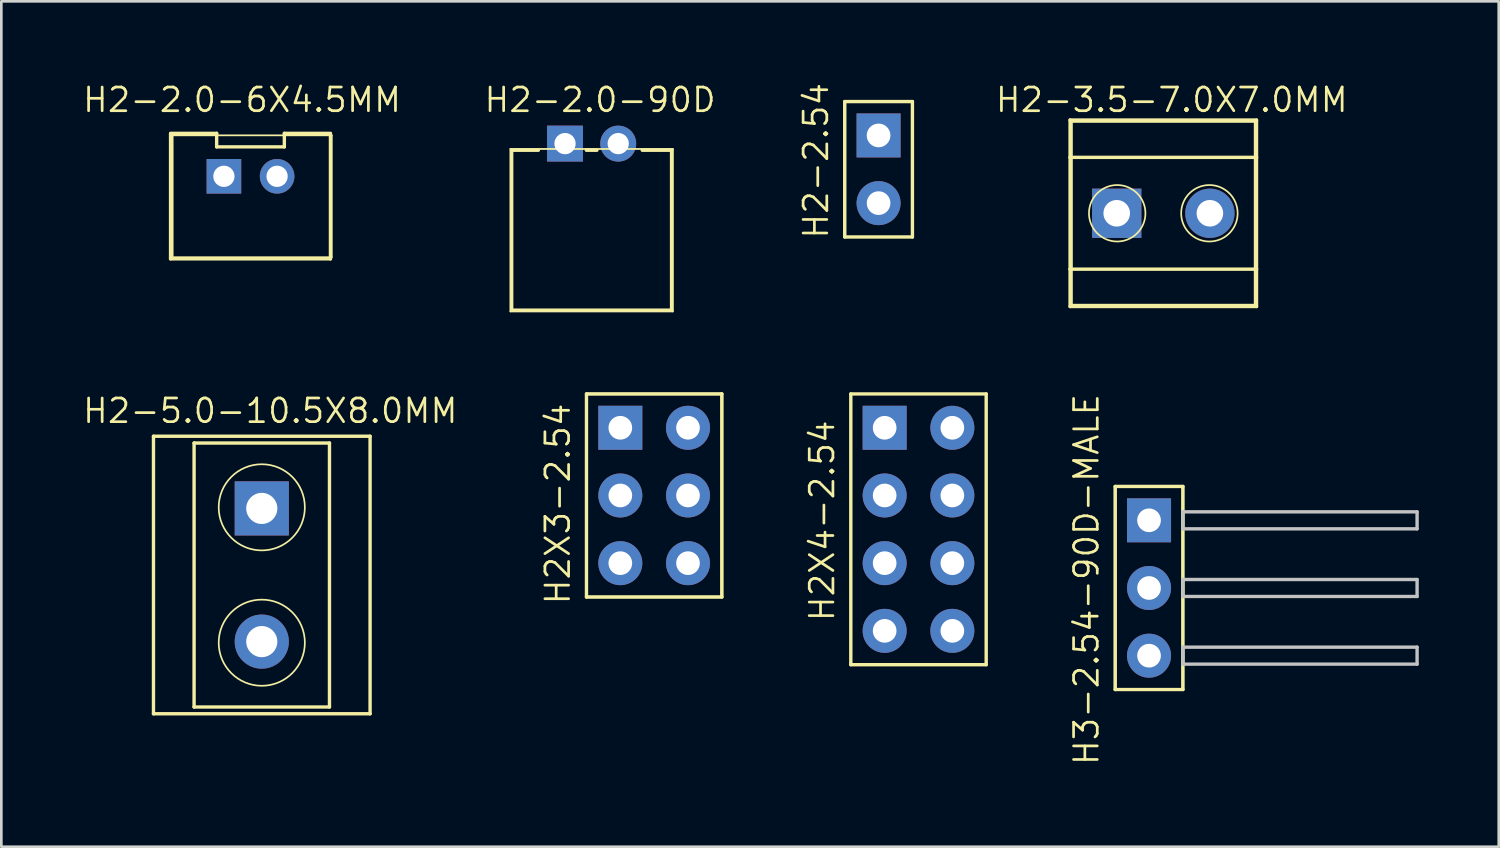
<source format=kicad_pcb>
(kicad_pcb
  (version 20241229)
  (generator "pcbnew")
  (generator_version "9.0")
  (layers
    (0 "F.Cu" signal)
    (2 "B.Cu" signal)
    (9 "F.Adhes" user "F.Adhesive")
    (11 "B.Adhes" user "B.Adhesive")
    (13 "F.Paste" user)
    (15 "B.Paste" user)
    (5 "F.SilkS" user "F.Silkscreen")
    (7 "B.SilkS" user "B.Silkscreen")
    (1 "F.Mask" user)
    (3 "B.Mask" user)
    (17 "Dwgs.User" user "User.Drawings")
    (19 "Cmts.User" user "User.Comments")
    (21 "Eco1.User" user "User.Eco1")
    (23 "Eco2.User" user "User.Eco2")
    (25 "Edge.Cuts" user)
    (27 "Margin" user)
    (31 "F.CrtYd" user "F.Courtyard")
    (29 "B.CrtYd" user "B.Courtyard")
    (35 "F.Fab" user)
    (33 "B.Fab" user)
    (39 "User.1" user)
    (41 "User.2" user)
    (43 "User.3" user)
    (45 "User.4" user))
  (footprint "H2-2.54"
    (layer "F.Cu")
    (at 29.918 3.302)
    (property "Reference" "H2-2.54" (at -2.349 -0.318 90) (layer "F.SilkS") (effects (font (size 0.889 0.889) (thickness 0.102))))
    (attr exclude_from_pos_files exclude_from_bom)
    (fp_line (start -1.27 -2.54) (end 1.27 -2.54) (stroke (width 0.066) (type solid)) (layer "F.SilkS"))
    (fp_line (start -1.27 -2.54) (end 1.27 -2.54) (stroke (width 0.1) (type solid)) (layer "F.SilkS"))
    (fp_line (start -1.27 -2.54) (end 1.27 -2.54) (stroke (width 0.127) (type solid)) (layer "F.SilkS"))
    (fp_line (start -1.27 2.54) (end -1.27 -2.54) (stroke (width 0.066) (type solid)) (layer "F.SilkS"))
    (fp_line (start -1.27 2.54) (end -1.27 -2.54) (stroke (width 0.1) (type solid)) (layer "F.SilkS"))
    (fp_line (start -1.27 2.54) (end -1.27 -2.54) (stroke (width 0.127) (type solid)) (layer "F.SilkS"))
    (fp_line (start -1.27 2.54) (end 1.27 2.54) (stroke (width 0.066) (type solid)) (layer "F.SilkS"))
    (fp_line (start 1.27 -2.54) (end 1.27 2.54) (stroke (width 0.1) (type solid)) (layer "F.SilkS"))
    (fp_line (start 1.27 -2.54) (end 1.27 2.54) (stroke (width 0.127) (type solid)) (layer "F.SilkS"))
    (fp_line (start 1.27 2.54) (end -1.27 2.54) (stroke (width 0.127) (type solid)) (layer "F.SilkS"))
    (fp_line (start 1.27 2.54) (end 1.27 -2.54) (stroke (width 0.066) (type solid)) (layer "F.SilkS"))
    (pad "1" thru_hole rect (at 0 -1.27) (size 1.651 1.651) (drill 0.889) (layers "*.Cu" "*.Paste" "*.Mask"))
    (pad "2" thru_hole circle (at 0 1.27) (size 1.651 1.651) (drill 0.889) (layers "*.Cu" "*.Paste" "*.Mask")))
  (footprint "H2-3.5-7.0X7.0MM"
    (layer "F.Cu")
    (at 40.602 4.953)
    (property "Reference" "H2-3.5-7.0X7.0MM" (at 0.318 -4.255 0) (layer "F.SilkS") (effects (font (size 0.889 0.889) (thickness 0.102))))
    (attr exclude_from_pos_files exclude_from_bom)
    (fp_line (start -3.498 -3.498) (end 3.498 -3.498) (stroke (width 0.127) (type solid)) (layer "F.SilkS"))
    (fp_line (start -3.498 -2.098) (end -3.498 -3.498) (stroke (width 0.127) (type solid)) (layer "F.SilkS"))
    (fp_line (start -3.498 -2.098) (end 3.498 -2.098) (stroke (width 0.127) (type solid)) (layer "F.SilkS"))
    (fp_line (start -3.498 2.098) (end -3.498 -2.098) (stroke (width 0.127) (type solid)) (layer "F.SilkS"))
    (fp_line (start -3.498 2.098) (end 3.498 2.098) (stroke (width 0.127) (type solid)) (layer "F.SilkS"))
    (fp_line (start -3.498 3.498) (end -3.498 2.098) (stroke (width 0.127) (type solid)) (layer "F.SilkS"))
    (fp_line (start -3.429 -3.429) (end 3.429 -3.429) (stroke (width 0.066) (type solid)) (layer "F.SilkS"))
    (fp_line (start -3.429 3.429) (end -3.429 -3.429) (stroke (width 0.066) (type solid)) (layer "F.SilkS"))
    (fp_line (start -3.429 3.429) (end 3.429 3.429) (stroke (width 0.066) (type solid)) (layer "F.SilkS"))
    (fp_line (start 3.429 3.429) (end 3.429 -3.429) (stroke (width 0.066) (type solid)) (layer "F.SilkS"))
    (fp_line (start 3.498 -3.498) (end 3.498 -2.098) (stroke (width 0.127) (type solid)) (layer "F.SilkS"))
    (fp_line (start 3.498 -2.098) (end 3.498 2.098) (stroke (width 0.127) (type solid)) (layer "F.SilkS"))
    (fp_line (start 3.498 2.098) (end 3.498 3.498) (stroke (width 0.127) (type solid)) (layer "F.SilkS"))
    (fp_line (start 3.498 3.498) (end -3.498 3.498) (stroke (width 0.127) (type solid)) (layer "F.SilkS"))
    (fp_circle (center -1.73 0) (end -2.479 0.749) (stroke (width 0.064) (type solid)) (fill no) (layer "F.SilkS"))
    (fp_circle (center 1.73 0) (end 2.479 0.749) (stroke (width 0.064) (type solid)) (fill no) (layer "F.SilkS"))
    (pad "1" thru_hole rect (at -1.748 0) (size 1.849 1.849) (drill 0.998) (layers "*.Cu" "*.Paste" "*.Mask"))
    (pad "2" thru_hole circle (at 1.748 0) (size 1.849 1.849) (drill 0.998) (layers "*.Cu" "*.Paste" "*.Mask")))
  (footprint "H2X4-2.54"
    (layer "F.Cu")
    (at 31.416 16.812)
    (property "Reference" "H2X4-2.54" (at -3.617 -0.318 90) (layer "F.SilkS") (effects (font (size 0.889 0.889) (thickness 0.102))))
    (attr exclude_from_pos_files exclude_from_bom)
    (fp_line (start -2.54 -5.08) (end 2.54 -5.08) (stroke (width 0.066) (type solid)) (layer "F.SilkS"))
    (fp_line (start -2.54 -5.08) (end 2.54 -5.08) (stroke (width 0.127) (type solid)) (layer "F.SilkS"))
    (fp_line (start -2.54 5.08) (end -2.54 -5.08) (stroke (width 0.066) (type solid)) (layer "F.SilkS"))
    (fp_line (start -2.54 5.08) (end -2.54 -5.08) (stroke (width 0.127) (type solid)) (layer "F.SilkS"))
    (fp_line (start -2.54 5.08) (end 2.54 5.08) (stroke (width 0.066) (type solid)) (layer "F.SilkS"))
    (fp_line (start 2.54 -5.08) (end 2.54 5.08) (stroke (width 0.127) (type solid)) (layer "F.SilkS"))
    (fp_line (start 2.54 5.08) (end -2.54 5.08) (stroke (width 0.127) (type solid)) (layer "F.SilkS"))
    (fp_line (start 2.54 5.08) (end 2.54 -5.08) (stroke (width 0.066) (type solid)) (layer "F.SilkS"))
    (pad "1" thru_hole rect (at -1.27 -3.81) (size 1.651 1.651) (drill 0.889) (layers "*.Cu" "*.Paste" "*.Mask"))
    (pad "2" thru_hole circle (at -1.27 -1.27) (size 1.651 1.651) (drill 0.889) (layers "*.Cu" "*.Paste" "*.Mask"))
    (pad "3" thru_hole circle (at -1.27 1.27) (size 1.651 1.651) (drill 0.889) (layers "*.Cu" "*.Paste" "*.Mask"))
    (pad "4" thru_hole circle (at -1.27 3.81) (size 1.651 1.651) (drill 0.889) (layers "*.Cu" "*.Paste" "*.Mask"))
    (pad "5" thru_hole circle (at 1.27 3.81) (size 1.651 1.651) (drill 0.889) (layers "*.Cu" "*.Paste" "*.Mask"))
    (pad "6" thru_hole circle (at 1.27 1.27) (size 1.651 1.651) (drill 0.889) (layers "*.Cu" "*.Paste" "*.Mask"))
    (pad "7" thru_hole circle (at 1.27 -1.27) (size 1.651 1.651) (drill 0.889) (layers "*.Cu" "*.Paste" "*.Mask"))
    (pad "8" thru_hole circle (at 1.27 -3.81) (size 1.651 1.651) (drill 0.889) (layers "*.Cu" "*.Paste" "*.Mask")))
  (footprint "H2X3-2.54"
    (layer "F.Cu")
    (at 21.497 15.542)
    (property "Reference" "H2X3-2.54" (at -3.617 0.318 90) (layer "F.SilkS") (effects (font (size 0.889 0.889) (thickness 0.102))))
    (attr exclude_from_pos_files exclude_from_bom)
    (fp_line (start -2.54 -3.81) (end 2.54 -3.81) (stroke (width 0.066) (type solid)) (layer "F.SilkS"))
    (fp_line (start -2.54 -3.81) (end 2.54 -3.81) (stroke (width 0.1) (type solid)) (layer "F.SilkS"))
    (fp_line (start -2.54 -3.81) (end 2.54 -3.81) (stroke (width 0.127) (type solid)) (layer "F.SilkS"))
    (fp_line (start -2.54 3.81) (end -2.54 -3.81) (stroke (width 0.066) (type solid)) (layer "F.SilkS"))
    (fp_line (start -2.54 3.81) (end -2.54 -3.81) (stroke (width 0.1) (type solid)) (layer "F.SilkS"))
    (fp_line (start -2.54 3.81) (end -2.54 -3.81) (stroke (width 0.127) (type solid)) (layer "F.SilkS"))
    (fp_line (start -2.54 3.81) (end 2.54 3.81) (stroke (width 0.066) (type solid)) (layer "F.SilkS"))
    (fp_line (start 2.54 -3.81) (end 2.54 3.81) (stroke (width 0.1) (type solid)) (layer "F.SilkS"))
    (fp_line (start 2.54 -3.81) (end 2.54 3.81) (stroke (width 0.127) (type solid)) (layer "F.SilkS"))
    (fp_line (start 2.54 3.81) (end -2.54 3.81) (stroke (width 0.1) (type solid)) (layer "F.SilkS"))
    (fp_line (start 2.54 3.81) (end -2.54 3.81) (stroke (width 0.127) (type solid)) (layer "F.SilkS"))
    (fp_line (start 2.54 3.81) (end 2.54 -3.81) (stroke (width 0.066) (type solid)) (layer "F.SilkS"))
    (pad "1" thru_hole rect (at -1.27 -2.54) (size 1.651 1.651) (drill 0.889) (layers "*.Cu" "*.Paste" "*.Mask"))
    (pad "2" thru_hole circle (at -1.27 0) (size 1.651 1.651) (drill 0.889) (layers "*.Cu" "*.Paste" "*.Mask"))
    (pad "3" thru_hole circle (at -1.27 2.54) (size 1.651 1.651) (drill 0.889) (layers "*.Cu" "*.Paste" "*.Mask"))
    (pad "4" thru_hole circle (at 1.27 2.54) (size 1.651 1.651) (drill 0.889) (layers "*.Cu" "*.Paste" "*.Mask"))
    (pad "5" thru_hole circle (at 1.27 0) (size 1.651 1.651) (drill 0.889) (layers "*.Cu" "*.Paste" "*.Mask"))
    (pad "6" thru_hole circle (at 1.27 -2.54) (size 1.651 1.651) (drill 0.889) (layers "*.Cu" "*.Paste" "*.Mask")))
  (footprint "H2-2.0-6X4.5MM"
    (layer "F.Cu")
    (at 6.35 4.315)
    (property "Reference" "H2-2.0-6X4.5MM" (at -0.318 -3.617 0) (layer "F.SilkS") (effects (font (size 0.889 0.889) (thickness 0.102))))
    (attr exclude_from_pos_files exclude_from_bom)
    (fp_line (start -3 2.349) (end -3 -2.349) (stroke (width 0.127) (type solid)) (layer "F.SilkS"))
    (fp_line (start -2.997 -2.362) (end -1.27 -2.362) (stroke (width 0.127) (type solid)) (layer "F.SilkS"))
    (fp_line (start -2.921 -2.286) (end 3.048 -2.286) (stroke (width 0.066) (type solid)) (layer "F.SilkS"))
    (fp_line (start -2.921 2.286) (end -2.921 -2.286) (stroke (width 0.066) (type solid)) (layer "F.SilkS"))
    (fp_line (start -2.921 2.286) (end 3.048 2.286) (stroke (width 0.066) (type solid)) (layer "F.SilkS"))
    (fp_line (start -1.27 -2.362) (end -1.27 -1.854) (stroke (width 0.127) (type solid)) (layer "F.SilkS"))
    (fp_line (start -1.27 -1.854) (end 1.27 -1.854) (stroke (width 0.127) (type solid)) (layer "F.SilkS"))
    (fp_line (start 1.27 -1.854) (end 1.27 -2.362) (stroke (width 0.127) (type solid)) (layer "F.SilkS"))
    (fp_line (start 2.997 -2.362) (end 1.27 -2.362) (stroke (width 0.127) (type solid)) (layer "F.SilkS"))
    (fp_line (start 3 -2.349) (end 3 2.349) (stroke (width 0.127) (type solid)) (layer "F.SilkS"))
    (fp_line (start 3 2.349) (end -3 2.349) (stroke (width 0.127) (type solid)) (layer "F.SilkS"))
    (fp_line (start 3.048 2.286) (end 3.048 -2.286) (stroke (width 0.066) (type solid)) (layer "F.SilkS"))
    (pad "+" thru_hole rect (at -0.998 -0.749) (size 1.298 1.298) (drill 0.798) (layers "*.Cu" "*.Paste" "*.Mask"))
    (pad "-" thru_hole circle (at 0.998 -0.749) (size 1.298 1.298) (drill 0.798) (layers "*.Cu" "*.Paste" "*.Mask")))
  (footprint "H2-2.0-90D"
    (layer "F.Cu")
    (at 19.15 5.588)
    (property "Reference" "H2-2.0-90D" (at 0.318 -4.889 0) (layer "F.SilkS") (effects (font (size 0.889 0.889) (thickness 0.102))))
    (attr exclude_from_pos_files exclude_from_bom)
    (fp_line (start -3.048 -3.048) (end 3.048 -3.048) (stroke (width 0.066) (type solid)) (layer "F.SilkS"))
    (fp_line (start -3.048 3.048) (end -3.048 -3.048) (stroke (width 0.066) (type solid)) (layer "F.SilkS"))
    (fp_line (start -3.048 3.048) (end 3.048 3.048) (stroke (width 0.066) (type solid)) (layer "F.SilkS"))
    (fp_line (start -3 -3) (end -1.999 -3) (stroke (width 0.127) (type solid)) (layer "F.SilkS"))
    (fp_line (start -3 3) (end -3 -3) (stroke (width 0.127) (type solid)) (layer "F.SilkS"))
    (fp_line (start -0.198 -3) (end 0.198 -3) (stroke (width 0.127) (type solid)) (layer "F.SilkS"))
    (fp_line (start 1.9 -3) (end 3 -3) (stroke (width 0.127) (type solid)) (layer "F.SilkS"))
    (fp_line (start 3 -3) (end 3 3) (stroke (width 0.127) (type solid)) (layer "F.SilkS"))
    (fp_line (start 3 3) (end -3 3) (stroke (width 0.127) (type solid)) (layer "F.SilkS"))
    (fp_line (start 3.048 3.048) (end 3.048 -3.048) (stroke (width 0.066) (type solid)) (layer "F.SilkS"))
    (pad "+" thru_hole rect (at -0.998 -3.249) (size 1.349 1.349) (drill 0.798) (layers "*.Cu" "*.Paste" "*.Mask"))
    (pad "-" thru_hole circle (at 0.998 -3.249) (size 1.349 1.349) (drill 0.798) (layers "*.Cu" "*.Paste" "*.Mask")))
  (footprint "H2-5.0-10.5X8.0MM"
    (layer "F.Cu")
    (at 6.773 18.527)
    (property "Reference" "H2-5.0-10.5X8.0MM" (at 0.318 -6.16 0) (layer "F.SilkS") (effects (font (size 0.889 0.889) (thickness 0.102))))
    (attr exclude_from_pos_files exclude_from_bom)
    (fp_line (start -4.064 -5.207) (end 4.064 -5.207) (stroke (width 0.066) (type solid)) (layer "F.SilkS"))
    (fp_line (start -4.064 -5.207) (end 4.064 -5.207) (stroke (width 0.127) (type solid)) (layer "F.SilkS"))
    (fp_line (start -4.064 5.207) (end -4.064 -5.207) (stroke (width 0.066) (type solid)) (layer "F.SilkS"))
    (fp_line (start -4.064 5.207) (end -4.064 -5.207) (stroke (width 0.127) (type solid)) (layer "F.SilkS"))
    (fp_line (start -4.064 5.207) (end 4.064 5.207) (stroke (width 0.066) (type solid)) (layer "F.SilkS"))
    (fp_line (start -2.54 -4.953) (end 2.54 -4.953) (stroke (width 0.127) (type solid)) (layer "F.SilkS"))
    (fp_line (start -2.54 4.953) (end -2.54 -4.953) (stroke (width 0.127) (type solid)) (layer "F.SilkS"))
    (fp_line (start 2.54 -4.953) (end 2.54 4.953) (stroke (width 0.127) (type solid)) (layer "F.SilkS"))
    (fp_line (start 2.54 4.953) (end -2.54 4.953) (stroke (width 0.127) (type solid)) (layer "F.SilkS"))
    (fp_line (start 4.064 -5.207) (end 4.064 5.207) (stroke (width 0.127) (type solid)) (layer "F.SilkS"))
    (fp_line (start 4.064 5.207) (end -4.064 5.207) (stroke (width 0.127) (type solid)) (layer "F.SilkS"))
    (fp_line (start 4.064 5.207) (end 4.064 -5.207) (stroke (width 0.066) (type solid)) (layer "F.SilkS"))
    (fp_circle (center 0 -2.54) (end -1.143 -3.683) (stroke (width 0.064) (type solid)) (fill no) (layer "F.SilkS"))
    (fp_circle (center 0 2.54) (end -1.143 3.683) (stroke (width 0.064) (type solid)) (fill no) (layer "F.SilkS"))
    (pad "1" thru_hole rect (at 0 -2.499) (size 2.032 2.032) (drill 1.168) (layers "*.Cu" "*.Paste" "*.Mask"))
    (pad "2" thru_hole circle (at 0 2.499) (size 2.032 2.032) (drill 1.168) (layers "*.Cu" "*.Paste" "*.Mask")))
  (footprint "H3-2.54-90D-MALE"
    (layer "F.Cu")
    (at 40.067 19.014)
    (property "Reference" "H3-2.54-90D-MALE" (at -2.349 -0.318 90) (layer "F.SilkS") (effects (font (size 0.889 0.889) (thickness 0.102))))
    (attr exclude_from_pos_files exclude_from_bom)
    (fp_line (start -1.27 -3.81) (end 1.27 -3.81) (stroke (width 0.066) (type solid)) (layer "F.SilkS"))
    (fp_line (start -1.27 -3.81) (end 1.27 -3.81) (stroke (width 0.1) (type solid)) (layer "F.SilkS"))
    (fp_line (start -1.27 -3.81) (end 1.27 -3.81) (stroke (width 0.127) (type solid)) (layer "F.SilkS"))
    (fp_line (start -1.27 3.81) (end -1.27 -3.81) (stroke (width 0.066) (type solid)) (layer "F.SilkS"))
    (fp_line (start -1.27 3.81) (end -1.27 -3.81) (stroke (width 0.1) (type solid)) (layer "F.SilkS"))
    (fp_line (start -1.27 3.81) (end -1.27 -3.81) (stroke (width 0.127) (type solid)) (layer "F.SilkS"))
    (fp_line (start -1.27 3.81) (end 1.27 3.81) (stroke (width 0.066) (type solid)) (layer "F.SilkS"))
    (fp_line (start 1.27 -3.81) (end 1.27 3.81) (stroke (width 0.1) (type solid)) (layer "F.SilkS"))
    (fp_line (start 1.27 -3.81) (end 1.27 3.81) (stroke (width 0.127) (type solid)) (layer "F.SilkS"))
    (fp_line (start 1.27 3.81) (end -1.27 3.81) (stroke (width 0.1) (type solid)) (layer "F.SilkS"))
    (fp_line (start 1.27 3.81) (end -1.27 3.81) (stroke (width 0.127) (type solid)) (layer "F.SilkS"))
    (fp_line (start 1.27 3.81) (end 1.27 -3.81) (stroke (width 0.066) (type solid)) (layer "F.SilkS"))
    (fp_line (start 1.27 -2.857) (end 1.27 -2.22) (stroke (width 0.127) (type solid)) (layer "Dwgs.User"))
    (fp_line (start 1.27 -2.22) (end 10.058 -2.22) (stroke (width 0.127) (type solid)) (layer "Dwgs.User"))
    (fp_line (start 1.27 -0.318) (end 1.27 0.318) (stroke (width 0.127) (type solid)) (layer "Dwgs.User"))
    (fp_line (start 1.27 0.318) (end 10.058 0.318) (stroke (width 0.127) (type solid)) (layer "Dwgs.User"))
    (fp_line (start 1.27 2.22) (end 1.27 2.857) (stroke (width 0.127) (type solid)) (layer "Dwgs.User"))
    (fp_line (start 1.27 2.857) (end 10.058 2.857) (stroke (width 0.127) (type solid)) (layer "Dwgs.User"))
    (fp_line (start 10.058 -2.857) (end 1.27 -2.857) (stroke (width 0.127) (type solid)) (layer "Dwgs.User"))
    (fp_line (start 10.058 -2.857) (end 10.058 -2.22) (stroke (width 0.127) (type solid)) (layer "Dwgs.User"))
    (fp_line (start 10.058 -0.318) (end 1.27 -0.318) (stroke (width 0.127) (type solid)) (layer "Dwgs.User"))
    (fp_line (start 10.058 -0.318) (end 10.058 0.318) (stroke (width 0.127) (type solid)) (layer "Dwgs.User"))
    (fp_line (start 10.058 2.22) (end 1.27 2.22) (stroke (width 0.127) (type solid)) (layer "Dwgs.User"))
    (fp_line (start 10.058 2.22) (end 10.058 2.857) (stroke (width 0.127) (type solid)) (layer "Dwgs.User"))
    (pad "1" thru_hole rect (at 0 -2.54) (size 1.651 1.651) (drill 0.889) (layers "*.Cu" "*.Paste" "*.Mask"))
    (pad "2" thru_hole circle (at 0 0) (size 1.651 1.651) (drill 0.889) (layers "*.Cu" "*.Paste" "*.Mask"))
    (pad "3" thru_hole circle (at 0 2.54) (size 1.651 1.651) (drill 0.889) (layers "*.Cu" "*.Paste" "*.Mask")))
  (gr_rect
    (start -3 -3)
    (end 53.189 28.724)
    (stroke (width 0.1) (type default))
    (fill no)
    (layer "Edge.Cuts")))
</source>
